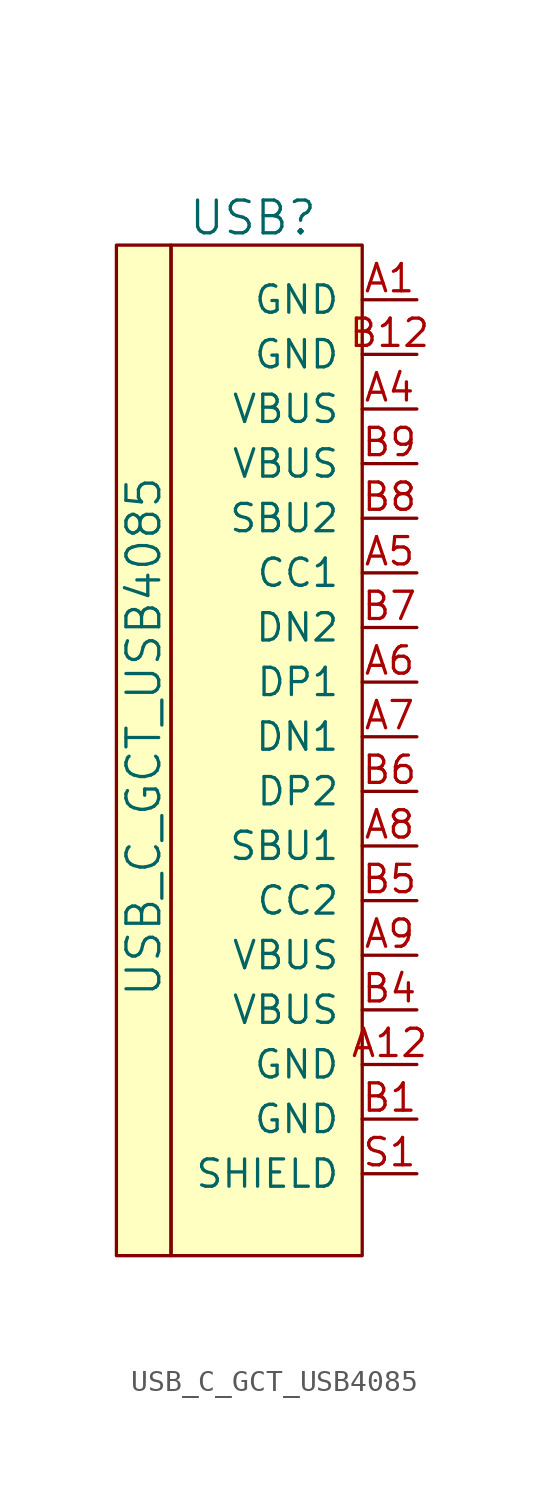
<source format=kicad_sym>
(kicad_symbol_lib
  (version 20220914)
  (generator kicad_symbol_editor)
  (symbol "USB_C_GCT_USB4085"
    (pin_names
      (offset 1.016))
    (property "Reference" "USB"
      (at -5.08 22.86 0)
      (effects (font (size 1.524 1.524))))
    (property "Value" "USB_C_GCT_USB4085"
      (at -10.16 -1.27 90)
      (effects (font (size 1.524 1.524))))
    (symbol "USB_C_GCT_USB4085_0_1"
      (rectangle (start -11.43 21.59) (end -8.89 -25.4) (stroke (width 0) (type solid)) (fill (type background)))
      (rectangle (start 0 -25.4) (end -8.89 21.59) (stroke (width 0) (type solid)) (fill (type background))))
    (symbol "USB_C_GCT_USB4085_1_1"
      (pin input line (at 2.54 19.05 180) (length 2.54) (name "GND" (effects (font (size 1.27 1.27)))) (number "A1" (effects (font (size 1.27 1.27)))))
      (pin input line (at 2.54 -16.51 180) (length 2.54) (name "GND" (effects (font (size 1.27 1.27)))) (number "A12" (effects (font (size 1.27 1.27)))))
      (pin input line (at 2.54 13.97 180) (length 2.54) (name "VBUS" (effects (font (size 1.27 1.27)))) (number "A4" (effects (font (size 1.27 1.27)))))
      (pin input line (at 2.54 6.35 180) (length 2.54) (name "CC1" (effects (font (size 1.27 1.27)))) (number "A5" (effects (font (size 1.27 1.27)))))
      (pin input line (at 2.54 1.27 180) (length 2.54) (name "DP1" (effects (font (size 1.27 1.27)))) (number "A6" (effects (font (size 1.27 1.27)))))
      (pin input line (at 2.54 -1.27 180) (length 2.54) (name "DN1" (effects (font (size 1.27 1.27)))) (number "A7" (effects (font (size 1.27 1.27)))))
      (pin input line (at 2.54 -6.35 180) (length 2.54) (name "SBU1" (effects (font (size 1.27 1.27)))) (number "A8" (effects (font (size 1.27 1.27)))))
      (pin input line (at 2.54 -11.43 180) (length 2.54) (name "VBUS" (effects (font (size 1.27 1.27)))) (number "A9" (effects (font (size 1.27 1.27)))))
      (pin input line (at 2.54 -19.05 180) (length 2.54) (name "GND" (effects (font (size 1.27 1.27)))) (number "B1" (effects (font (size 1.27 1.27)))))
      (pin input line (at 2.54 16.51 180) (length 2.54) (name "GND" (effects (font (size 1.27 1.27)))) (number "B12" (effects (font (size 1.27 1.27)))))
      (pin input line (at 2.54 -13.97 180) (length 2.54) (name "VBUS" (effects (font (size 1.27 1.27)))) (number "B4" (effects (font (size 1.27 1.27)))))
      (pin input line (at 2.54 -8.89 180) (length 2.54) (name "CC2" (effects (font (size 1.27 1.27)))) (number "B5" (effects (font (size 1.27 1.27)))))
      (pin input line (at 2.54 -3.81 180) (length 2.54) (name "DP2" (effects (font (size 1.27 1.27)))) (number "B6" (effects (font (size 1.27 1.27)))))
      (pin input line (at 2.54 3.81 180) (length 2.54) (name "DN2" (effects (font (size 1.27 1.27)))) (number "B7" (effects (font (size 1.27 1.27)))))
      (pin input line (at 2.54 8.89 180) (length 2.54) (name "SBU2" (effects (font (size 1.27 1.27)))) (number "B8" (effects (font (size 1.27 1.27)))))
      (pin input line (at 2.54 11.43 180) (length 2.54) (name "VBUS" (effects (font (size 1.27 1.27)))) (number "B9" (effects (font (size 1.27 1.27)))))
      (pin input line (at 2.54 -21.59 180) (length 2.54) (name "SHIELD" (effects (font (size 1.27 1.27)))) (number "S1" (effects (font (size 1.27 1.27))))))))
</source>
